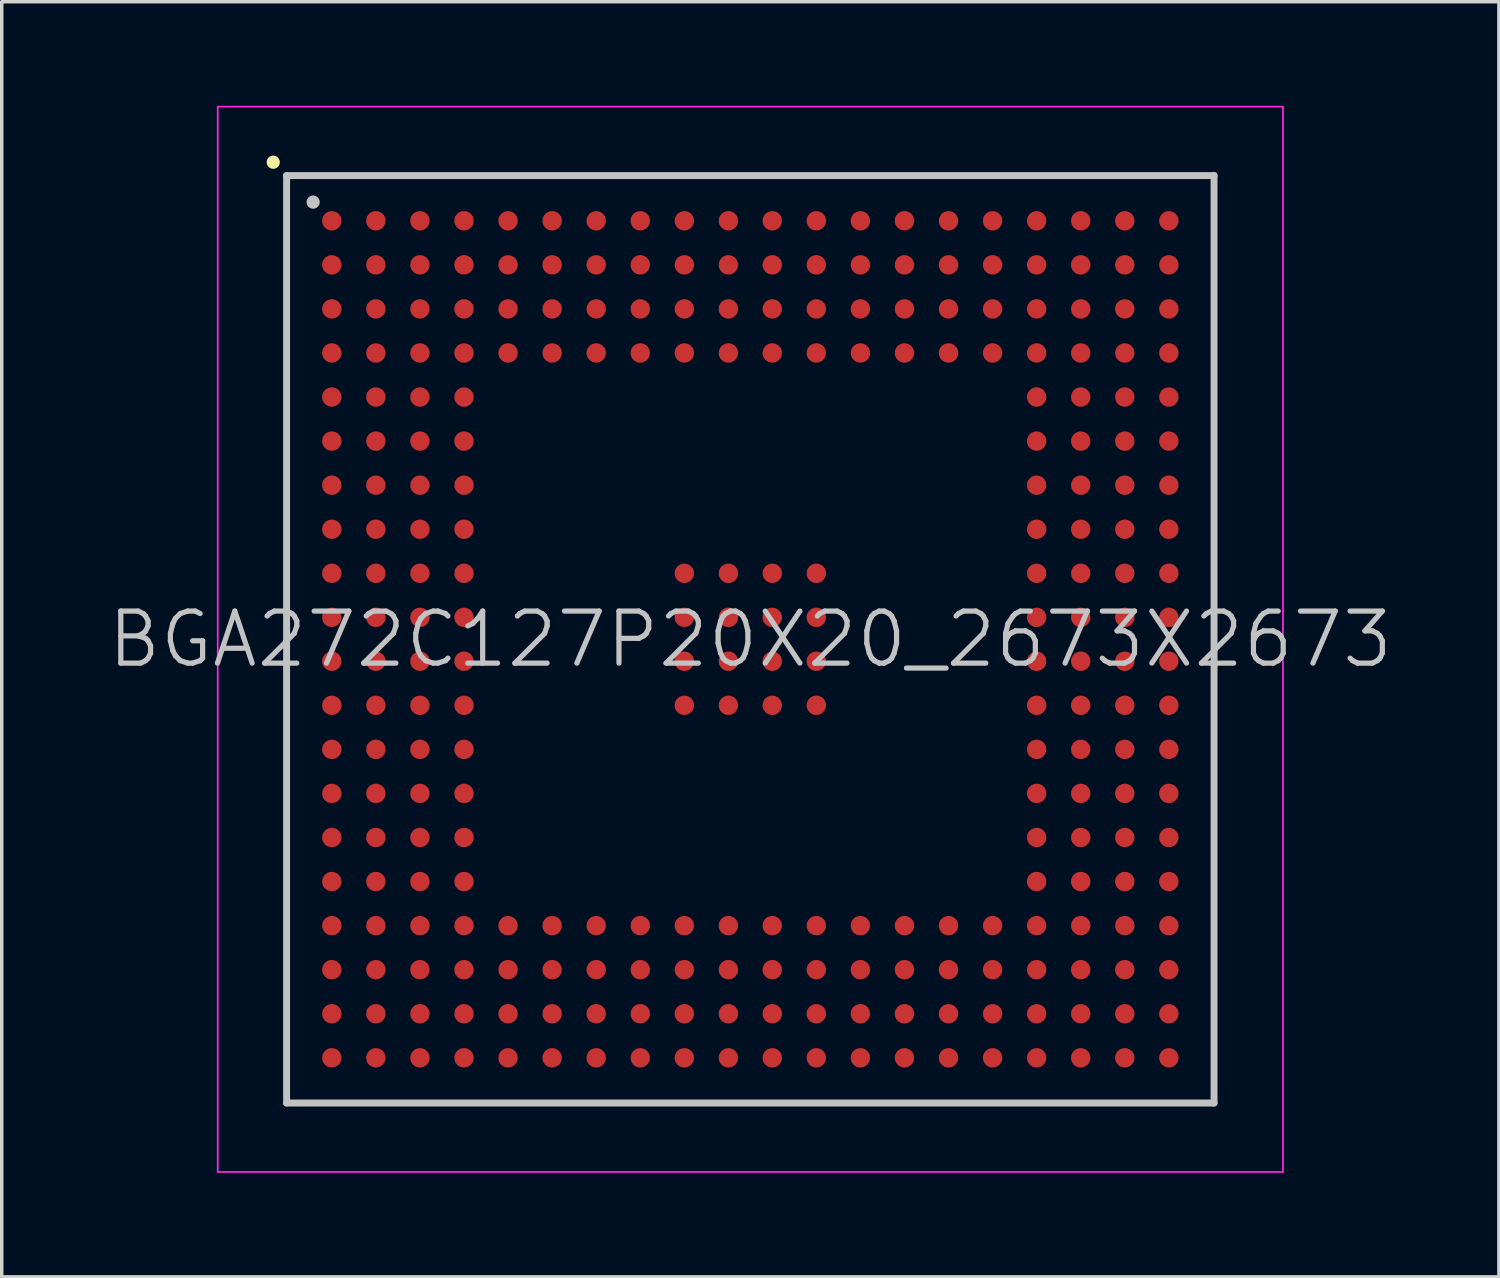
<source format=kicad_pcb>
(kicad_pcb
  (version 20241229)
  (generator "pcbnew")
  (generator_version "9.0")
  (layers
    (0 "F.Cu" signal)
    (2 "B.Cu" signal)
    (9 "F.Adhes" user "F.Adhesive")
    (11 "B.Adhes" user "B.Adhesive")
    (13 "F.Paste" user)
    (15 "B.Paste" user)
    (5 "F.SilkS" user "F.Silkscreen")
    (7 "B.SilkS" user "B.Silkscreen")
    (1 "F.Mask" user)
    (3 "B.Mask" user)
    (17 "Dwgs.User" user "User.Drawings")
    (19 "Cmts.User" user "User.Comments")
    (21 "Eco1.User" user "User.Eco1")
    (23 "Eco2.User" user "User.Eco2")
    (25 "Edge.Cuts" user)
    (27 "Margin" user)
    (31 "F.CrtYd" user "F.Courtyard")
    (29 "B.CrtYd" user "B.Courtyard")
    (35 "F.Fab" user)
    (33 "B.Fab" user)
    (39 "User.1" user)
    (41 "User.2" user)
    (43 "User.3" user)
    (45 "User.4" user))
  (footprint "BGA272C127P20X20_2673X2673"
    (layer "F.Cu")
    (at 18.575 15.375)
    (property "Reference" "BGA272C127P20X20_2673X2673" (at 0 0 0) (layer "Dwgs.User") (effects (font (size 1.5 1.5) (thickness 0.15))))
    (attr smd)
    (fp_line (start -13.75 -13.75) (end -13.75 -13.75) (stroke (width 0.381) (type solid)) (layer "F.SilkS"))
    (fp_line (start -13.365 -13.365) (end -13.365 13.365) (stroke (width 0.2) (type solid)) (layer "Dwgs.User"))
    (fp_line (start -13.365 -13.365) (end 13.365 -13.365) (stroke (width 0.2) (type solid)) (layer "Dwgs.User"))
    (fp_line (start -13.365 13.365) (end 13.365 13.365) (stroke (width 0.2) (type solid)) (layer "Dwgs.User"))
    (fp_line (start -12.6 -12.6) (end -12.6 -12.6) (stroke (width 0.381) (type solid)) (layer "Dwgs.User"))
    (fp_line (start 13.365 -13.365) (end 13.365 13.365) (stroke (width 0.2) (type solid)) (layer "Dwgs.User"))
    (fp_line (start -15.35 -15.35) (end -15.35 15.35) (stroke (width 0.05) (type solid)) (layer "F.CrtYd"))
    (fp_line (start -15.35 -15.35) (end 15.35 -15.35) (stroke (width 0.05) (type solid)) (layer "F.CrtYd"))
    (fp_line (start -15.35 15.35) (end 15.35 15.35) (stroke (width 0.05) (type solid)) (layer "F.CrtYd"))
    (fp_line (start 15.35 -15.35) (end 15.35 15.35) (stroke (width 0.05) (type solid)) (layer "F.CrtYd"))
    (pad "A1" smd circle (at -12.062 -12.062 270) (size 0.56 0.56) (layers "F.Cu" "F.Mask" "F.Paste"))
    (pad "A2" smd circle (at -10.792 -12.062 270) (size 0.56 0.56) (layers "F.Cu" "F.Mask" "F.Paste"))
    (pad "A3" smd circle (at -9.522 -12.062 270) (size 0.56 0.56) (layers "F.Cu" "F.Mask" "F.Paste"))
    (pad "A4" smd circle (at -8.252 -12.062 270) (size 0.56 0.56) (layers "F.Cu" "F.Mask" "F.Paste"))
    (pad "A5" smd circle (at -6.982 -12.062 270) (size 0.56 0.56) (layers "F.Cu" "F.Mask" "F.Paste"))
    (pad "A6" smd circle (at -5.712 -12.062 270) (size 0.56 0.56) (layers "F.Cu" "F.Mask" "F.Paste"))
    (pad "A7" smd circle (at -4.442 -12.062 270) (size 0.56 0.56) (layers "F.Cu" "F.Mask" "F.Paste"))
    (pad "A8" smd circle (at -3.172 -12.062 270) (size 0.56 0.56) (layers "F.Cu" "F.Mask" "F.Paste"))
    (pad "A9" smd circle (at -1.902 -12.062 270) (size 0.56 0.56) (layers "F.Cu" "F.Mask" "F.Paste"))
    (pad "A10" smd circle (at -0.632 -12.062 270) (size 0.56 0.56) (layers "F.Cu" "F.Mask" "F.Paste"))
    (pad "A11" smd circle (at 0.632 -12.062 270) (size 0.56 0.56) (layers "F.Cu" "F.Mask" "F.Paste"))
    (pad "A12" smd circle (at 1.902 -12.062 270) (size 0.56 0.56) (layers "F.Cu" "F.Mask" "F.Paste"))
    (pad "A13" smd circle (at 3.172 -12.062 270) (size 0.56 0.56) (layers "F.Cu" "F.Mask" "F.Paste"))
    (pad "A14" smd circle (at 4.442 -12.062 270) (size 0.56 0.56) (layers "F.Cu" "F.Mask" "F.Paste"))
    (pad "A15" smd circle (at 5.712 -12.062 270) (size 0.56 0.56) (layers "F.Cu" "F.Mask" "F.Paste"))
    (pad "A16" smd circle (at 6.982 -12.062 270) (size 0.56 0.56) (layers "F.Cu" "F.Mask" "F.Paste"))
    (pad "A17" smd circle (at 8.252 -12.062 270) (size 0.56 0.56) (layers "F.Cu" "F.Mask" "F.Paste"))
    (pad "A18" smd circle (at 9.522 -12.062 270) (size 0.56 0.56) (layers "F.Cu" "F.Mask" "F.Paste"))
    (pad "A19" smd circle (at 10.792 -12.062 270) (size 0.56 0.56) (layers "F.Cu" "F.Mask" "F.Paste"))
    (pad "A20" smd circle (at 12.062 -12.062 270) (size 0.56 0.56) (layers "F.Cu" "F.Mask" "F.Paste"))
    (pad "B1" smd circle (at -12.062 -10.792 270) (size 0.56 0.56) (layers "F.Cu" "F.Mask" "F.Paste"))
    (pad "B2" smd circle (at -10.792 -10.792 270) (size 0.56 0.56) (layers "F.Cu" "F.Mask" "F.Paste"))
    (pad "B3" smd circle (at -9.522 -10.792 270) (size 0.56 0.56) (layers "F.Cu" "F.Mask" "F.Paste"))
    (pad "B4" smd circle (at -8.252 -10.792 270) (size 0.56 0.56) (layers "F.Cu" "F.Mask" "F.Paste"))
    (pad "B5" smd circle (at -6.982 -10.792 270) (size 0.56 0.56) (layers "F.Cu" "F.Mask" "F.Paste"))
    (pad "B6" smd circle (at -5.712 -10.792 270) (size 0.56 0.56) (layers "F.Cu" "F.Mask" "F.Paste"))
    (pad "B7" smd circle (at -4.442 -10.792 270) (size 0.56 0.56) (layers "F.Cu" "F.Mask" "F.Paste"))
    (pad "B8" smd circle (at -3.172 -10.792 270) (size 0.56 0.56) (layers "F.Cu" "F.Mask" "F.Paste"))
    (pad "B9" smd circle (at -1.902 -10.792 270) (size 0.56 0.56) (layers "F.Cu" "F.Mask" "F.Paste"))
    (pad "B10" smd circle (at -0.632 -10.792 270) (size 0.56 0.56) (layers "F.Cu" "F.Mask" "F.Paste"))
    (pad "B11" smd circle (at 0.632 -10.792 270) (size 0.56 0.56) (layers "F.Cu" "F.Mask" "F.Paste"))
    (pad "B12" smd circle (at 1.902 -10.792 270) (size 0.56 0.56) (layers "F.Cu" "F.Mask" "F.Paste"))
    (pad "B13" smd circle (at 3.172 -10.792 270) (size 0.56 0.56) (layers "F.Cu" "F.Mask" "F.Paste"))
    (pad "B14" smd circle (at 4.442 -10.792 270) (size 0.56 0.56) (layers "F.Cu" "F.Mask" "F.Paste"))
    (pad "B15" smd circle (at 5.712 -10.792 270) (size 0.56 0.56) (layers "F.Cu" "F.Mask" "F.Paste"))
    (pad "B16" smd circle (at 6.982 -10.792 270) (size 0.56 0.56) (layers "F.Cu" "F.Mask" "F.Paste"))
    (pad "B17" smd circle (at 8.252 -10.792 270) (size 0.56 0.56) (layers "F.Cu" "F.Mask" "F.Paste"))
    (pad "B18" smd circle (at 9.522 -10.792 270) (size 0.56 0.56) (layers "F.Cu" "F.Mask" "F.Paste"))
    (pad "B19" smd circle (at 10.792 -10.792 270) (size 0.56 0.56) (layers "F.Cu" "F.Mask" "F.Paste"))
    (pad "B20" smd circle (at 12.062 -10.792 270) (size 0.56 0.56) (layers "F.Cu" "F.Mask" "F.Paste"))
    (pad "C1" smd circle (at -12.062 -9.522 270) (size 0.56 0.56) (layers "F.Cu" "F.Mask" "F.Paste"))
    (pad "C2" smd circle (at -10.792 -9.522 270) (size 0.56 0.56) (layers "F.Cu" "F.Mask" "F.Paste"))
    (pad "C3" smd circle (at -9.522 -9.522 270) (size 0.56 0.56) (layers "F.Cu" "F.Mask" "F.Paste"))
    (pad "C4" smd circle (at -8.252 -9.522 270) (size 0.56 0.56) (layers "F.Cu" "F.Mask" "F.Paste"))
    (pad "C5" smd circle (at -6.982 -9.522 270) (size 0.56 0.56) (layers "F.Cu" "F.Mask" "F.Paste"))
    (pad "C6" smd circle (at -5.712 -9.522 270) (size 0.56 0.56) (layers "F.Cu" "F.Mask" "F.Paste"))
    (pad "C7" smd circle (at -4.442 -9.522 270) (size 0.56 0.56) (layers "F.Cu" "F.Mask" "F.Paste"))
    (pad "C8" smd circle (at -3.172 -9.522 270) (size 0.56 0.56) (layers "F.Cu" "F.Mask" "F.Paste"))
    (pad "C9" smd circle (at -1.902 -9.522 270) (size 0.56 0.56) (layers "F.Cu" "F.Mask" "F.Paste"))
    (pad "C10" smd circle (at -0.632 -9.522 270) (size 0.56 0.56) (layers "F.Cu" "F.Mask" "F.Paste"))
    (pad "C11" smd circle (at 0.632 -9.522 270) (size 0.56 0.56) (layers "F.Cu" "F.Mask" "F.Paste"))
    (pad "C12" smd circle (at 1.902 -9.522 270) (size 0.56 0.56) (layers "F.Cu" "F.Mask" "F.Paste"))
    (pad "C13" smd circle (at 3.172 -9.522 270) (size 0.56 0.56) (layers "F.Cu" "F.Mask" "F.Paste"))
    (pad "C14" smd circle (at 4.442 -9.522 270) (size 0.56 0.56) (layers "F.Cu" "F.Mask" "F.Paste"))
    (pad "C15" smd circle (at 5.712 -9.522 270) (size 0.56 0.56) (layers "F.Cu" "F.Mask" "F.Paste"))
    (pad "C16" smd circle (at 6.982 -9.522 270) (size 0.56 0.56) (layers "F.Cu" "F.Mask" "F.Paste"))
    (pad "C17" smd circle (at 8.252 -9.522 270) (size 0.56 0.56) (layers "F.Cu" "F.Mask" "F.Paste"))
    (pad "C18" smd circle (at 9.522 -9.522 270) (size 0.56 0.56) (layers "F.Cu" "F.Mask" "F.Paste"))
    (pad "C19" smd circle (at 10.792 -9.522 270) (size 0.56 0.56) (layers "F.Cu" "F.Mask" "F.Paste"))
    (pad "C20" smd circle (at 12.062 -9.522 270) (size 0.56 0.56) (layers "F.Cu" "F.Mask" "F.Paste"))
    (pad "D1" smd circle (at -12.062 -8.252 270) (size 0.56 0.56) (layers "F.Cu" "F.Mask" "F.Paste"))
    (pad "D2" smd circle (at -10.792 -8.252 270) (size 0.56 0.56) (layers "F.Cu" "F.Mask" "F.Paste"))
    (pad "D3" smd circle (at -9.522 -8.252 270) (size 0.56 0.56) (layers "F.Cu" "F.Mask" "F.Paste"))
    (pad "D4" smd circle (at -8.252 -8.252 270) (size 0.56 0.56) (layers "F.Cu" "F.Mask" "F.Paste"))
    (pad "D5" smd circle (at -6.982 -8.252 270) (size 0.56 0.56) (layers "F.Cu" "F.Mask" "F.Paste"))
    (pad "D6" smd circle (at -5.712 -8.252 270) (size 0.56 0.56) (layers "F.Cu" "F.Mask" "F.Paste"))
    (pad "D7" smd circle (at -4.442 -8.252 270) (size 0.56 0.56) (layers "F.Cu" "F.Mask" "F.Paste"))
    (pad "D8" smd circle (at -3.172 -8.252 270) (size 0.56 0.56) (layers "F.Cu" "F.Mask" "F.Paste"))
    (pad "D9" smd circle (at -1.902 -8.252 270) (size 0.56 0.56) (layers "F.Cu" "F.Mask" "F.Paste"))
    (pad "D10" smd circle (at -0.632 -8.252 270) (size 0.56 0.56) (layers "F.Cu" "F.Mask" "F.Paste"))
    (pad "D11" smd circle (at 0.632 -8.252 270) (size 0.56 0.56) (layers "F.Cu" "F.Mask" "F.Paste"))
    (pad "D12" smd circle (at 1.902 -8.252 270) (size 0.56 0.56) (layers "F.Cu" "F.Mask" "F.Paste"))
    (pad "D13" smd circle (at 3.172 -8.252 270) (size 0.56 0.56) (layers "F.Cu" "F.Mask" "F.Paste"))
    (pad "D14" smd circle (at 4.442 -8.252 270) (size 0.56 0.56) (layers "F.Cu" "F.Mask" "F.Paste"))
    (pad "D15" smd circle (at 5.712 -8.252 270) (size 0.56 0.56) (layers "F.Cu" "F.Mask" "F.Paste"))
    (pad "D16" smd circle (at 6.982 -8.252 270) (size 0.56 0.56) (layers "F.Cu" "F.Mask" "F.Paste"))
    (pad "D17" smd circle (at 8.252 -8.252 270) (size 0.56 0.56) (layers "F.Cu" "F.Mask" "F.Paste"))
    (pad "D18" smd circle (at 9.522 -8.252 270) (size 0.56 0.56) (layers "F.Cu" "F.Mask" "F.Paste"))
    (pad "D19" smd circle (at 10.792 -8.252 270) (size 0.56 0.56) (layers "F.Cu" "F.Mask" "F.Paste"))
    (pad "D20" smd circle (at 12.062 -8.252 270) (size 0.56 0.56) (layers "F.Cu" "F.Mask" "F.Paste"))
    (pad "E1" smd circle (at -12.062 -6.982 270) (size 0.56 0.56) (layers "F.Cu" "F.Mask" "F.Paste"))
    (pad "E2" smd circle (at -10.792 -6.982 270) (size 0.56 0.56) (layers "F.Cu" "F.Mask" "F.Paste"))
    (pad "E3" smd circle (at -9.522 -6.982 270) (size 0.56 0.56) (layers "F.Cu" "F.Mask" "F.Paste"))
    (pad "E4" smd circle (at -8.252 -6.982 270) (size 0.56 0.56) (layers "F.Cu" "F.Mask" "F.Paste"))
    (pad "E17" smd circle (at 8.252 -6.982 270) (size 0.56 0.56) (layers "F.Cu" "F.Mask" "F.Paste"))
    (pad "E18" smd circle (at 9.522 -6.982 270) (size 0.56 0.56) (layers "F.Cu" "F.Mask" "F.Paste"))
    (pad "E19" smd circle (at 10.792 -6.982 270) (size 0.56 0.56) (layers "F.Cu" "F.Mask" "F.Paste"))
    (pad "E20" smd circle (at 12.062 -6.982 270) (size 0.56 0.56) (layers "F.Cu" "F.Mask" "F.Paste"))
    (pad "F1" smd circle (at -12.062 -5.712 270) (size 0.56 0.56) (layers "F.Cu" "F.Mask" "F.Paste"))
    (pad "F2" smd circle (at -10.792 -5.712 270) (size 0.56 0.56) (layers "F.Cu" "F.Mask" "F.Paste"))
    (pad "F3" smd circle (at -9.522 -5.712 270) (size 0.56 0.56) (layers "F.Cu" "F.Mask" "F.Paste"))
    (pad "F4" smd circle (at -8.252 -5.712 270) (size 0.56 0.56) (layers "F.Cu" "F.Mask" "F.Paste"))
    (pad "F17" smd circle (at 8.252 -5.712 270) (size 0.56 0.56) (layers "F.Cu" "F.Mask" "F.Paste"))
    (pad "F18" smd circle (at 9.522 -5.712 270) (size 0.56 0.56) (layers "F.Cu" "F.Mask" "F.Paste"))
    (pad "F19" smd circle (at 10.792 -5.712 270) (size 0.56 0.56) (layers "F.Cu" "F.Mask" "F.Paste"))
    (pad "F20" smd circle (at 12.062 -5.712 270) (size 0.56 0.56) (layers "F.Cu" "F.Mask" "F.Paste"))
    (pad "G1" smd circle (at -12.062 -4.442 270) (size 0.56 0.56) (layers "F.Cu" "F.Mask" "F.Paste"))
    (pad "G2" smd circle (at -10.792 -4.442 270) (size 0.56 0.56) (layers "F.Cu" "F.Mask" "F.Paste"))
    (pad "G3" smd circle (at -9.522 -4.442 270) (size 0.56 0.56) (layers "F.Cu" "F.Mask" "F.Paste"))
    (pad "G4" smd circle (at -8.252 -4.442 270) (size 0.56 0.56) (layers "F.Cu" "F.Mask" "F.Paste"))
    (pad "G17" smd circle (at 8.252 -4.442 270) (size 0.56 0.56) (layers "F.Cu" "F.Mask" "F.Paste"))
    (pad "G18" smd circle (at 9.522 -4.442 270) (size 0.56 0.56) (layers "F.Cu" "F.Mask" "F.Paste"))
    (pad "G19" smd circle (at 10.792 -4.442 270) (size 0.56 0.56) (layers "F.Cu" "F.Mask" "F.Paste"))
    (pad "G20" smd circle (at 12.062 -4.442 270) (size 0.56 0.56) (layers "F.Cu" "F.Mask" "F.Paste"))
    (pad "H1" smd circle (at -12.062 -3.172 270) (size 0.56 0.56) (layers "F.Cu" "F.Mask" "F.Paste"))
    (pad "H2" smd circle (at -10.792 -3.172 270) (size 0.56 0.56) (layers "F.Cu" "F.Mask" "F.Paste"))
    (pad "H3" smd circle (at -9.522 -3.172 270) (size 0.56 0.56) (layers "F.Cu" "F.Mask" "F.Paste"))
    (pad "H4" smd circle (at -8.252 -3.172 270) (size 0.56 0.56) (layers "F.Cu" "F.Mask" "F.Paste"))
    (pad "H17" smd circle (at 8.252 -3.172 270) (size 0.56 0.56) (layers "F.Cu" "F.Mask" "F.Paste"))
    (pad "H18" smd circle (at 9.522 -3.172 270) (size 0.56 0.56) (layers "F.Cu" "F.Mask" "F.Paste"))
    (pad "H19" smd circle (at 10.792 -3.172 270) (size 0.56 0.56) (layers "F.Cu" "F.Mask" "F.Paste"))
    (pad "H20" smd circle (at 12.062 -3.172 270) (size 0.56 0.56) (layers "F.Cu" "F.Mask" "F.Paste"))
    (pad "J1" smd circle (at -12.062 -1.902 270) (size 0.56 0.56) (layers "F.Cu" "F.Mask" "F.Paste"))
    (pad "J2" smd circle (at -10.792 -1.902 270) (size 0.56 0.56) (layers "F.Cu" "F.Mask" "F.Paste"))
    (pad "J3" smd circle (at -9.522 -1.902 270) (size 0.56 0.56) (layers "F.Cu" "F.Mask" "F.Paste"))
    (pad "J4" smd circle (at -8.252 -1.902 270) (size 0.56 0.56) (layers "F.Cu" "F.Mask" "F.Paste"))
    (pad "J9" smd circle (at -1.902 -1.902 270) (size 0.56 0.56) (layers "F.Cu" "F.Mask" "F.Paste"))
    (pad "J10" smd circle (at -0.632 -1.902 270) (size 0.56 0.56) (layers "F.Cu" "F.Mask" "F.Paste"))
    (pad "J11" smd circle (at 0.632 -1.902 270) (size 0.56 0.56) (layers "F.Cu" "F.Mask" "F.Paste"))
    (pad "J12" smd circle (at 1.902 -1.902 270) (size 0.56 0.56) (layers "F.Cu" "F.Mask" "F.Paste"))
    (pad "J17" smd circle (at 8.252 -1.902 270) (size 0.56 0.56) (layers "F.Cu" "F.Mask" "F.Paste"))
    (pad "J18" smd circle (at 9.522 -1.902 270) (size 0.56 0.56) (layers "F.Cu" "F.Mask" "F.Paste"))
    (pad "J19" smd circle (at 10.792 -1.902 270) (size 0.56 0.56) (layers "F.Cu" "F.Mask" "F.Paste"))
    (pad "J20" smd circle (at 12.062 -1.902 270) (size 0.56 0.56) (layers "F.Cu" "F.Mask" "F.Paste"))
    (pad "K1" smd circle (at -12.062 -0.632 270) (size 0.56 0.56) (layers "F.Cu" "F.Mask" "F.Paste"))
    (pad "K2" smd circle (at -10.792 -0.632 270) (size 0.56 0.56) (layers "F.Cu" "F.Mask" "F.Paste"))
    (pad "K3" smd circle (at -9.522 -0.632 270) (size 0.56 0.56) (layers "F.Cu" "F.Mask" "F.Paste"))
    (pad "K4" smd circle (at -8.252 -0.632 270) (size 0.56 0.56) (layers "F.Cu" "F.Mask" "F.Paste"))
    (pad "K9" smd circle (at -1.902 -0.632 270) (size 0.56 0.56) (layers "F.Cu" "F.Mask" "F.Paste"))
    (pad "K10" smd circle (at -0.632 -0.632 270) (size 0.56 0.56) (layers "F.Cu" "F.Mask" "F.Paste"))
    (pad "K11" smd circle (at 0.632 -0.632 270) (size 0.56 0.56) (layers "F.Cu" "F.Mask" "F.Paste"))
    (pad "K12" smd circle (at 1.902 -0.632 270) (size 0.56 0.56) (layers "F.Cu" "F.Mask" "F.Paste"))
    (pad "K17" smd circle (at 8.252 -0.632 270) (size 0.56 0.56) (layers "F.Cu" "F.Mask" "F.Paste"))
    (pad "K18" smd circle (at 9.522 -0.632 270) (size 0.56 0.56) (layers "F.Cu" "F.Mask" "F.Paste"))
    (pad "K19" smd circle (at 10.792 -0.632 270) (size 0.56 0.56) (layers "F.Cu" "F.Mask" "F.Paste"))
    (pad "K20" smd circle (at 12.062 -0.632 270) (size 0.56 0.56) (layers "F.Cu" "F.Mask" "F.Paste"))
    (pad "L1" smd circle (at -12.062 0.632 270) (size 0.56 0.56) (layers "F.Cu" "F.Mask" "F.Paste"))
    (pad "L2" smd circle (at -10.792 0.632 270) (size 0.56 0.56) (layers "F.Cu" "F.Mask" "F.Paste"))
    (pad "L3" smd circle (at -9.522 0.632 270) (size 0.56 0.56) (layers "F.Cu" "F.Mask" "F.Paste"))
    (pad "L4" smd circle (at -8.252 0.632 270) (size 0.56 0.56) (layers "F.Cu" "F.Mask" "F.Paste"))
    (pad "L9" smd circle (at -1.902 0.632 270) (size 0.56 0.56) (layers "F.Cu" "F.Mask" "F.Paste"))
    (pad "L10" smd circle (at -0.632 0.632 270) (size 0.56 0.56) (layers "F.Cu" "F.Mask" "F.Paste"))
    (pad "L11" smd circle (at 0.632 0.632 270) (size 0.56 0.56) (layers "F.Cu" "F.Mask" "F.Paste"))
    (pad "L12" smd circle (at 1.902 0.632 270) (size 0.56 0.56) (layers "F.Cu" "F.Mask" "F.Paste"))
    (pad "L17" smd circle (at 8.252 0.632 270) (size 0.56 0.56) (layers "F.Cu" "F.Mask" "F.Paste"))
    (pad "L18" smd circle (at 9.522 0.632 270) (size 0.56 0.56) (layers "F.Cu" "F.Mask" "F.Paste"))
    (pad "L19" smd circle (at 10.792 0.632 270) (size 0.56 0.56) (layers "F.Cu" "F.Mask" "F.Paste"))
    (pad "L20" smd circle (at 12.062 0.632 270) (size 0.56 0.56) (layers "F.Cu" "F.Mask" "F.Paste"))
    (pad "M1" smd circle (at -12.062 1.902 270) (size 0.56 0.56) (layers "F.Cu" "F.Mask" "F.Paste"))
    (pad "M2" smd circle (at -10.792 1.902 270) (size 0.56 0.56) (layers "F.Cu" "F.Mask" "F.Paste"))
    (pad "M3" smd circle (at -9.522 1.902 270) (size 0.56 0.56) (layers "F.Cu" "F.Mask" "F.Paste"))
    (pad "M4" smd circle (at -8.252 1.902 270) (size 0.56 0.56) (layers "F.Cu" "F.Mask" "F.Paste"))
    (pad "M9" smd circle (at -1.902 1.902 270) (size 0.56 0.56) (layers "F.Cu" "F.Mask" "F.Paste"))
    (pad "M10" smd circle (at -0.632 1.902 270) (size 0.56 0.56) (layers "F.Cu" "F.Mask" "F.Paste"))
    (pad "M11" smd circle (at 0.632 1.902 270) (size 0.56 0.56) (layers "F.Cu" "F.Mask" "F.Paste"))
    (pad "M12" smd circle (at 1.902 1.902 270) (size 0.56 0.56) (layers "F.Cu" "F.Mask" "F.Paste"))
    (pad "M17" smd circle (at 8.252 1.902 270) (size 0.56 0.56) (layers "F.Cu" "F.Mask" "F.Paste"))
    (pad "M18" smd circle (at 9.522 1.902 270) (size 0.56 0.56) (layers "F.Cu" "F.Mask" "F.Paste"))
    (pad "M19" smd circle (at 10.792 1.902 270) (size 0.56 0.56) (layers "F.Cu" "F.Mask" "F.Paste"))
    (pad "M20" smd circle (at 12.062 1.902 270) (size 0.56 0.56) (layers "F.Cu" "F.Mask" "F.Paste"))
    (pad "N1" smd circle (at -12.062 3.172 270) (size 0.56 0.56) (layers "F.Cu" "F.Mask" "F.Paste"))
    (pad "N2" smd circle (at -10.792 3.172 270) (size 0.56 0.56) (layers "F.Cu" "F.Mask" "F.Paste"))
    (pad "N3" smd circle (at -9.522 3.172 270) (size 0.56 0.56) (layers "F.Cu" "F.Mask" "F.Paste"))
    (pad "N4" smd circle (at -8.252 3.172 270) (size 0.56 0.56) (layers "F.Cu" "F.Mask" "F.Paste"))
    (pad "N17" smd circle (at 8.252 3.172 270) (size 0.56 0.56) (layers "F.Cu" "F.Mask" "F.Paste"))
    (pad "N18" smd circle (at 9.522 3.172 270) (size 0.56 0.56) (layers "F.Cu" "F.Mask" "F.Paste"))
    (pad "N19" smd circle (at 10.792 3.172 270) (size 0.56 0.56) (layers "F.Cu" "F.Mask" "F.Paste"))
    (pad "N20" smd circle (at 12.062 3.172 270) (size 0.56 0.56) (layers "F.Cu" "F.Mask" "F.Paste"))
    (pad "P1" smd circle (at -12.062 4.442 270) (size 0.56 0.56) (layers "F.Cu" "F.Mask" "F.Paste"))
    (pad "P2" smd circle (at -10.792 4.442 270) (size 0.56 0.56) (layers "F.Cu" "F.Mask" "F.Paste"))
    (pad "P3" smd circle (at -9.522 4.442 270) (size 0.56 0.56) (layers "F.Cu" "F.Mask" "F.Paste"))
    (pad "P4" smd circle (at -8.252 4.442 270) (size 0.56 0.56) (layers "F.Cu" "F.Mask" "F.Paste"))
    (pad "P17" smd circle (at 8.252 4.442 270) (size 0.56 0.56) (layers "F.Cu" "F.Mask" "F.Paste"))
    (pad "P18" smd circle (at 9.522 4.442 270) (size 0.56 0.56) (layers "F.Cu" "F.Mask" "F.Paste"))
    (pad "P19" smd circle (at 10.792 4.442 270) (size 0.56 0.56) (layers "F.Cu" "F.Mask" "F.Paste"))
    (pad "P20" smd circle (at 12.062 4.442 270) (size 0.56 0.56) (layers "F.Cu" "F.Mask" "F.Paste"))
    (pad "R1" smd circle (at -12.062 5.712 270) (size 0.56 0.56) (layers "F.Cu" "F.Mask" "F.Paste"))
    (pad "R2" smd circle (at -10.792 5.712 270) (size 0.56 0.56) (layers "F.Cu" "F.Mask" "F.Paste"))
    (pad "R3" smd circle (at -9.522 5.712 270) (size 0.56 0.56) (layers "F.Cu" "F.Mask" "F.Paste"))
    (pad "R4" smd circle (at -8.252 5.712 270) (size 0.56 0.56) (layers "F.Cu" "F.Mask" "F.Paste"))
    (pad "R17" smd circle (at 8.252 5.712 270) (size 0.56 0.56) (layers "F.Cu" "F.Mask" "F.Paste"))
    (pad "R18" smd circle (at 9.522 5.712 270) (size 0.56 0.56) (layers "F.Cu" "F.Mask" "F.Paste"))
    (pad "R19" smd circle (at 10.792 5.712 270) (size 0.56 0.56) (layers "F.Cu" "F.Mask" "F.Paste"))
    (pad "R20" smd circle (at 12.062 5.712 270) (size 0.56 0.56) (layers "F.Cu" "F.Mask" "F.Paste"))
    (pad "T1" smd circle (at -12.062 6.982 270) (size 0.56 0.56) (layers "F.Cu" "F.Mask" "F.Paste"))
    (pad "T2" smd circle (at -10.792 6.982 270) (size 0.56 0.56) (layers "F.Cu" "F.Mask" "F.Paste"))
    (pad "T3" smd circle (at -9.522 6.982 270) (size 0.56 0.56) (layers "F.Cu" "F.Mask" "F.Paste"))
    (pad "T4" smd circle (at -8.252 6.982 270) (size 0.56 0.56) (layers "F.Cu" "F.Mask" "F.Paste"))
    (pad "T17" smd circle (at 8.252 6.982 270) (size 0.56 0.56) (layers "F.Cu" "F.Mask" "F.Paste"))
    (pad "T18" smd circle (at 9.522 6.982 270) (size 0.56 0.56) (layers "F.Cu" "F.Mask" "F.Paste"))
    (pad "T19" smd circle (at 10.792 6.982 270) (size 0.56 0.56) (layers "F.Cu" "F.Mask" "F.Paste"))
    (pad "T20" smd circle (at 12.062 6.982 270) (size 0.56 0.56) (layers "F.Cu" "F.Mask" "F.Paste"))
    (pad "U1" smd circle (at -12.062 8.252 270) (size 0.56 0.56) (layers "F.Cu" "F.Mask" "F.Paste"))
    (pad "U2" smd circle (at -10.792 8.252 270) (size 0.56 0.56) (layers "F.Cu" "F.Mask" "F.Paste"))
    (pad "U3" smd circle (at -9.522 8.252 270) (size 0.56 0.56) (layers "F.Cu" "F.Mask" "F.Paste"))
    (pad "U4" smd circle (at -8.252 8.252 270) (size 0.56 0.56) (layers "F.Cu" "F.Mask" "F.Paste"))
    (pad "U5" smd circle (at -6.982 8.252 270) (size 0.56 0.56) (layers "F.Cu" "F.Mask" "F.Paste"))
    (pad "U6" smd circle (at -5.712 8.252 270) (size 0.56 0.56) (layers "F.Cu" "F.Mask" "F.Paste"))
    (pad "U7" smd circle (at -4.442 8.252 270) (size 0.56 0.56) (layers "F.Cu" "F.Mask" "F.Paste"))
    (pad "U8" smd circle (at -3.172 8.252 270) (size 0.56 0.56) (layers "F.Cu" "F.Mask" "F.Paste"))
    (pad "U9" smd circle (at -1.902 8.252 270) (size 0.56 0.56) (layers "F.Cu" "F.Mask" "F.Paste"))
    (pad "U10" smd circle (at -0.632 8.252 270) (size 0.56 0.56) (layers "F.Cu" "F.Mask" "F.Paste"))
    (pad "U11" smd circle (at 0.632 8.252 270) (size 0.56 0.56) (layers "F.Cu" "F.Mask" "F.Paste"))
    (pad "U12" smd circle (at 1.902 8.252 270) (size 0.56 0.56) (layers "F.Cu" "F.Mask" "F.Paste"))
    (pad "U13" smd circle (at 3.172 8.252 270) (size 0.56 0.56) (layers "F.Cu" "F.Mask" "F.Paste"))
    (pad "U14" smd circle (at 4.442 8.252 270) (size 0.56 0.56) (layers "F.Cu" "F.Mask" "F.Paste"))
    (pad "U15" smd circle (at 5.712 8.252 270) (size 0.56 0.56) (layers "F.Cu" "F.Mask" "F.Paste"))
    (pad "U16" smd circle (at 6.982 8.252 270) (size 0.56 0.56) (layers "F.Cu" "F.Mask" "F.Paste"))
    (pad "U17" smd circle (at 8.252 8.252 270) (size 0.56 0.56) (layers "F.Cu" "F.Mask" "F.Paste"))
    (pad "U18" smd circle (at 9.522 8.252 270) (size 0.56 0.56) (layers "F.Cu" "F.Mask" "F.Paste"))
    (pad "U19" smd circle (at 10.792 8.252 270) (size 0.56 0.56) (layers "F.Cu" "F.Mask" "F.Paste"))
    (pad "U20" smd circle (at 12.062 8.252 270) (size 0.56 0.56) (layers "F.Cu" "F.Mask" "F.Paste"))
    (pad "V1" smd circle (at -12.062 9.522 270) (size 0.56 0.56) (layers "F.Cu" "F.Mask" "F.Paste"))
    (pad "V2" smd circle (at -10.792 9.522 270) (size 0.56 0.56) (layers "F.Cu" "F.Mask" "F.Paste"))
    (pad "V3" smd circle (at -9.522 9.522 270) (size 0.56 0.56) (layers "F.Cu" "F.Mask" "F.Paste"))
    (pad "V4" smd circle (at -8.252 9.522 270) (size 0.56 0.56) (layers "F.Cu" "F.Mask" "F.Paste"))
    (pad "V5" smd circle (at -6.982 9.522 270) (size 0.56 0.56) (layers "F.Cu" "F.Mask" "F.Paste"))
    (pad "V6" smd circle (at -5.712 9.522 270) (size 0.56 0.56) (layers "F.Cu" "F.Mask" "F.Paste"))
    (pad "V7" smd circle (at -4.442 9.522 270) (size 0.56 0.56) (layers "F.Cu" "F.Mask" "F.Paste"))
    (pad "V8" smd circle (at -3.172 9.522 270) (size 0.56 0.56) (layers "F.Cu" "F.Mask" "F.Paste"))
    (pad "V9" smd circle (at -1.902 9.522 270) (size 0.56 0.56) (layers "F.Cu" "F.Mask" "F.Paste"))
    (pad "V10" smd circle (at -0.632 9.522 270) (size 0.56 0.56) (layers "F.Cu" "F.Mask" "F.Paste"))
    (pad "V11" smd circle (at 0.632 9.522 270) (size 0.56 0.56) (layers "F.Cu" "F.Mask" "F.Paste"))
    (pad "V12" smd circle (at 1.902 9.522 270) (size 0.56 0.56) (layers "F.Cu" "F.Mask" "F.Paste"))
    (pad "V13" smd circle (at 3.172 9.522 270) (size 0.56 0.56) (layers "F.Cu" "F.Mask" "F.Paste"))
    (pad "V14" smd circle (at 4.442 9.522 270) (size 0.56 0.56) (layers "F.Cu" "F.Mask" "F.Paste"))
    (pad "V15" smd circle (at 5.712 9.522 270) (size 0.56 0.56) (layers "F.Cu" "F.Mask" "F.Paste"))
    (pad "V16" smd circle (at 6.982 9.522 270) (size 0.56 0.56) (layers "F.Cu" "F.Mask" "F.Paste"))
    (pad "V17" smd circle (at 8.252 9.522 270) (size 0.56 0.56) (layers "F.Cu" "F.Mask" "F.Paste"))
    (pad "V18" smd circle (at 9.522 9.522 270) (size 0.56 0.56) (layers "F.Cu" "F.Mask" "F.Paste"))
    (pad "V19" smd circle (at 10.792 9.522 270) (size 0.56 0.56) (layers "F.Cu" "F.Mask" "F.Paste"))
    (pad "V20" smd circle (at 12.062 9.522 270) (size 0.56 0.56) (layers "F.Cu" "F.Mask" "F.Paste"))
    (pad "W1" smd circle (at -12.062 10.792 270) (size 0.56 0.56) (layers "F.Cu" "F.Mask" "F.Paste"))
    (pad "W2" smd circle (at -10.792 10.792 270) (size 0.56 0.56) (layers "F.Cu" "F.Mask" "F.Paste"))
    (pad "W3" smd circle (at -9.522 10.792 270) (size 0.56 0.56) (layers "F.Cu" "F.Mask" "F.Paste"))
    (pad "W4" smd circle (at -8.252 10.792 270) (size 0.56 0.56) (layers "F.Cu" "F.Mask" "F.Paste"))
    (pad "W5" smd circle (at -6.982 10.792 270) (size 0.56 0.56) (layers "F.Cu" "F.Mask" "F.Paste"))
    (pad "W6" smd circle (at -5.712 10.792 270) (size 0.56 0.56) (layers "F.Cu" "F.Mask" "F.Paste"))
    (pad "W7" smd circle (at -4.442 10.792 270) (size 0.56 0.56) (layers "F.Cu" "F.Mask" "F.Paste"))
    (pad "W8" smd circle (at -3.172 10.792 270) (size 0.56 0.56) (layers "F.Cu" "F.Mask" "F.Paste"))
    (pad "W9" smd circle (at -1.902 10.792 270) (size 0.56 0.56) (layers "F.Cu" "F.Mask" "F.Paste"))
    (pad "W10" smd circle (at -0.632 10.792 270) (size 0.56 0.56) (layers "F.Cu" "F.Mask" "F.Paste"))
    (pad "W11" smd circle (at 0.632 10.792 270) (size 0.56 0.56) (layers "F.Cu" "F.Mask" "F.Paste"))
    (pad "W12" smd circle (at 1.902 10.792 270) (size 0.56 0.56) (layers "F.Cu" "F.Mask" "F.Paste"))
    (pad "W13" smd circle (at 3.172 10.792 270) (size 0.56 0.56) (layers "F.Cu" "F.Mask" "F.Paste"))
    (pad "W14" smd circle (at 4.442 10.792 270) (size 0.56 0.56) (layers "F.Cu" "F.Mask" "F.Paste"))
    (pad "W15" smd circle (at 5.712 10.792 270) (size 0.56 0.56) (layers "F.Cu" "F.Mask" "F.Paste"))
    (pad "W16" smd circle (at 6.982 10.792 270) (size 0.56 0.56) (layers "F.Cu" "F.Mask" "F.Paste"))
    (pad "W17" smd circle (at 8.252 10.792 270) (size 0.56 0.56) (layers "F.Cu" "F.Mask" "F.Paste"))
    (pad "W18" smd circle (at 9.522 10.792 270) (size 0.56 0.56) (layers "F.Cu" "F.Mask" "F.Paste"))
    (pad "W19" smd circle (at 10.792 10.792 270) (size 0.56 0.56) (layers "F.Cu" "F.Mask" "F.Paste"))
    (pad "W20" smd circle (at 12.062 10.792 270) (size 0.56 0.56) (layers "F.Cu" "F.Mask" "F.Paste"))
    (pad "Y1" smd circle (at -12.062 12.062 270) (size 0.56 0.56) (layers "F.Cu" "F.Mask" "F.Paste"))
    (pad "Y2" smd circle (at -10.792 12.062 270) (size 0.56 0.56) (layers "F.Cu" "F.Mask" "F.Paste"))
    (pad "Y3" smd circle (at -9.522 12.062 270) (size 0.56 0.56) (layers "F.Cu" "F.Mask" "F.Paste"))
    (pad "Y4" smd circle (at -8.252 12.062 270) (size 0.56 0.56) (layers "F.Cu" "F.Mask" "F.Paste"))
    (pad "Y5" smd circle (at -6.982 12.062 270) (size 0.56 0.56) (layers "F.Cu" "F.Mask" "F.Paste"))
    (pad "Y6" smd circle (at -5.712 12.062 270) (size 0.56 0.56) (layers "F.Cu" "F.Mask" "F.Paste"))
    (pad "Y7" smd circle (at -4.442 12.062 270) (size 0.56 0.56) (layers "F.Cu" "F.Mask" "F.Paste"))
    (pad "Y8" smd circle (at -3.172 12.062 270) (size 0.56 0.56) (layers "F.Cu" "F.Mask" "F.Paste"))
    (pad "Y9" smd circle (at -1.902 12.062 270) (size 0.56 0.56) (layers "F.Cu" "F.Mask" "F.Paste"))
    (pad "Y10" smd circle (at -0.632 12.062 270) (size 0.56 0.56) (layers "F.Cu" "F.Mask" "F.Paste"))
    (pad "Y11" smd circle (at 0.632 12.062 270) (size 0.56 0.56) (layers "F.Cu" "F.Mask" "F.Paste"))
    (pad "Y12" smd circle (at 1.902 12.062 270) (size 0.56 0.56) (layers "F.Cu" "F.Mask" "F.Paste"))
    (pad "Y13" smd circle (at 3.172 12.062 270) (size 0.56 0.56) (layers "F.Cu" "F.Mask" "F.Paste"))
    (pad "Y14" smd circle (at 4.442 12.062 270) (size 0.56 0.56) (layers "F.Cu" "F.Mask" "F.Paste"))
    (pad "Y15" smd circle (at 5.712 12.062 270) (size 0.56 0.56) (layers "F.Cu" "F.Mask" "F.Paste"))
    (pad "Y16" smd circle (at 6.982 12.062 270) (size 0.56 0.56) (layers "F.Cu" "F.Mask" "F.Paste"))
    (pad "Y17" smd circle (at 8.252 12.062 270) (size 0.56 0.56) (layers "F.Cu" "F.Mask" "F.Paste"))
    (pad "Y18" smd circle (at 9.522 12.062 270) (size 0.56 0.56) (layers "F.Cu" "F.Mask" "F.Paste"))
    (pad "Y19" smd circle (at 10.792 12.062 270) (size 0.56 0.56) (layers "F.Cu" "F.Mask" "F.Paste"))
    (pad "Y20" smd circle (at 12.062 12.062 270) (size 0.56 0.56) (layers "F.Cu" "F.Mask" "F.Paste")))
  (gr_rect
    (start -3 -3)
    (end 40.15 33.75)
    (stroke (width 0.1) (type default))
    (fill no)
    (layer "Edge.Cuts")))
</source>
